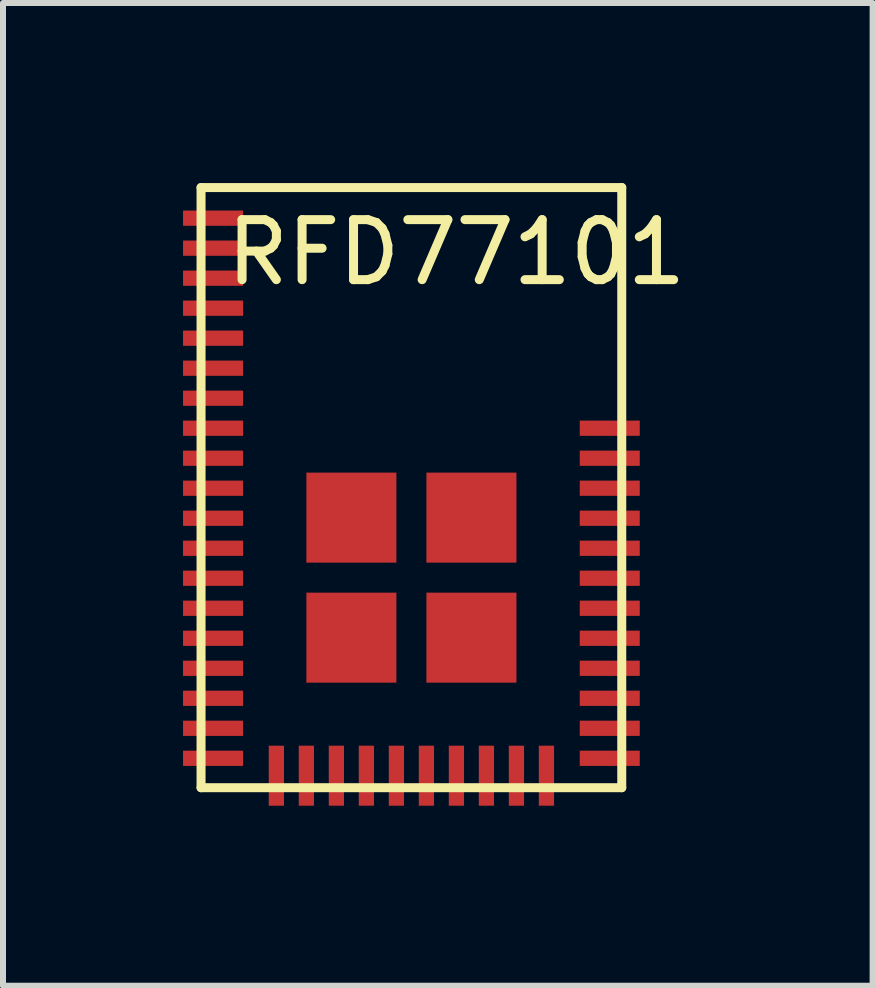
<source format=kicad_pcb>
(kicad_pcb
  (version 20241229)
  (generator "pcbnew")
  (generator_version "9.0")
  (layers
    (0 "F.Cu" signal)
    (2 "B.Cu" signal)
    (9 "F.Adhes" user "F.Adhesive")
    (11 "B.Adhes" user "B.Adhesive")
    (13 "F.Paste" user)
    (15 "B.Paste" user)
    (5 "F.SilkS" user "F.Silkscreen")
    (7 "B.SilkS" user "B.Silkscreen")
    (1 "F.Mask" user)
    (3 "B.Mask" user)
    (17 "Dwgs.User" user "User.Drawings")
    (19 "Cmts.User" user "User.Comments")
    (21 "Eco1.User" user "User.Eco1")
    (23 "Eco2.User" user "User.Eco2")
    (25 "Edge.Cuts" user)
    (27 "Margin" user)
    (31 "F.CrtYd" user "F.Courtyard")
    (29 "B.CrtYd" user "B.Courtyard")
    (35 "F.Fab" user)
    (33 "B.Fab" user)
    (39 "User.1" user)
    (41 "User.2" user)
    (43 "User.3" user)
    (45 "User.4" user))
  (footprint "RFD77101"
    (layer "F.Cu")
    (at 3.805 5.155)
    (property "Reference" "RFD77101" (at 0.75 -4 0) (layer "F.SilkS") (effects (font (size 1 1) (thickness 0.15))))
    (attr through_hole)
    (fp_line (start -3.505 -5.08) (end -3.505 4.92) (stroke (width 0.15) (type solid)) (layer "F.SilkS"))
    (fp_line (start -3.505 4.92) (end 3.505 4.92) (stroke (width 0.15) (type solid)) (layer "F.SilkS"))
    (fp_line (start 3.505 -5.08) (end -3.505 -5.08) (stroke (width 0.15) (type solid)) (layer "F.SilkS"))
    (fp_line (start 3.505 4.92) (end 3.505 -5.08) (stroke (width 0.15) (type solid)) (layer "F.SilkS"))
    (pad "1" smd rect (at -3.305 -4.57) (size 1 0.254) (layers "F.Cu" "F.Mask" "F.Paste"))
    (pad "2" smd rect (at -3.305 -4.07) (size 1 0.254) (layers "F.Cu" "F.Mask" "F.Paste"))
    (pad "3" smd rect (at -3.305 -3.57) (size 1 0.254) (layers "F.Cu" "F.Mask" "F.Paste"))
    (pad "4" smd rect (at -3.305 -3.07) (size 1 0.254) (layers "F.Cu" "F.Mask" "F.Paste"))
    (pad "5" smd rect (at -3.305 -2.57) (size 1 0.254) (layers "F.Cu" "F.Mask" "F.Paste"))
    (pad "6" smd rect (at -3.305 -2.07) (size 1 0.254) (layers "F.Cu" "F.Mask" "F.Paste"))
    (pad "7" smd rect (at -3.305 -1.57) (size 1 0.254) (layers "F.Cu" "F.Mask" "F.Paste"))
    (pad "8" smd rect (at -3.305 -1.07) (size 1 0.254) (layers "F.Cu" "F.Mask" "F.Paste"))
    (pad "9" smd rect (at -3.305 -0.57) (size 1 0.254) (layers "F.Cu" "F.Mask" "F.Paste"))
    (pad "10" smd rect (at -3.305 -0.07) (size 1 0.254) (layers "F.Cu" "F.Mask" "F.Paste"))
    (pad "11" smd rect (at -3.305 0.43) (size 1 0.254) (layers "F.Cu" "F.Mask" "F.Paste"))
    (pad "12" smd rect (at -3.305 0.93) (size 1 0.254) (layers "F.Cu" "F.Mask" "F.Paste"))
    (pad "13" smd rect (at -3.305 1.43) (size 1 0.254) (layers "F.Cu" "F.Mask" "F.Paste"))
    (pad "14" smd rect (at -3.305 1.93) (size 1 0.254) (layers "F.Cu" "F.Mask" "F.Paste"))
    (pad "15" smd rect (at -3.305 2.43) (size 1 0.254) (layers "F.Cu" "F.Mask" "F.Paste"))
    (pad "16" smd rect (at -3.305 2.93) (size 1 0.254) (layers "F.Cu" "F.Mask" "F.Paste"))
    (pad "17" smd rect (at -3.305 3.43) (size 1 0.254) (layers "F.Cu" "F.Mask" "F.Paste"))
    (pad "18" smd rect (at -3.305 3.93) (size 1 0.254) (layers "F.Cu" "F.Mask" "F.Paste"))
    (pad "19" smd rect (at -3.305 4.43) (size 1 0.254) (layers "F.Cu" "F.Mask" "F.Paste"))
    (pad "20" smd rect (at -2.25 4.72) (size 0.254 1) (layers "F.Cu" "F.Mask" "F.Paste"))
    (pad "21" smd rect (at -1.75 4.72) (size 0.254 1) (layers "F.Cu" "F.Mask" "F.Paste"))
    (pad "22" smd rect (at -1.25 4.72) (size 0.254 1) (layers "F.Cu" "F.Mask" "F.Paste"))
    (pad "23" smd rect (at -0.75 4.72) (size 0.254 1) (layers "F.Cu" "F.Mask" "F.Paste"))
    (pad "24" smd rect (at -0.25 4.72) (size 0.254 1) (layers "F.Cu" "F.Mask" "F.Paste"))
    (pad "25" smd rect (at 0.25 4.72) (size 0.254 1) (layers "F.Cu" "F.Mask" "F.Paste"))
    (pad "26" smd rect (at 0.75 4.72) (size 0.254 1) (layers "F.Cu" "F.Mask" "F.Paste"))
    (pad "27" smd rect (at 1.25 4.72) (size 0.254 1) (layers "F.Cu" "F.Mask" "F.Paste"))
    (pad "28" smd rect (at 1.75 4.72) (size 0.254 1) (layers "F.Cu" "F.Mask" "F.Paste"))
    (pad "29" smd rect (at 2.25 4.72) (size 0.254 1) (layers "F.Cu" "F.Mask" "F.Paste"))
    (pad "30" smd rect (at 3.305 4.43) (size 1 0.254) (layers "F.Cu" "F.Mask" "F.Paste"))
    (pad "31" smd rect (at 3.305 3.93) (size 1 0.254) (layers "F.Cu" "F.Mask" "F.Paste"))
    (pad "32" smd rect (at 3.305 3.43) (size 1 0.254) (layers "F.Cu" "F.Mask" "F.Paste"))
    (pad "33" smd rect (at 3.305 2.93) (size 1 0.254) (layers "F.Cu" "F.Mask" "F.Paste"))
    (pad "34" smd rect (at 3.305 2.43) (size 1 0.254) (layers "F.Cu" "F.Mask" "F.Paste"))
    (pad "35" smd rect (at 3.305 1.93) (size 1 0.254) (layers "F.Cu" "F.Mask" "F.Paste"))
    (pad "36" smd rect (at 3.305 1.43) (size 1 0.254) (layers "F.Cu" "F.Mask" "F.Paste"))
    (pad "37" smd rect (at 3.305 0.93) (size 1 0.254) (layers "F.Cu" "F.Mask" "F.Paste"))
    (pad "38" smd rect (at 3.305 0.43) (size 1 0.254) (layers "F.Cu" "F.Mask" "F.Paste"))
    (pad "39" smd rect (at 3.305 -0.07) (size 1 0.254) (layers "F.Cu" "F.Mask" "F.Paste"))
    (pad "40" smd rect (at 3.305 -0.57) (size 1 0.254) (layers "F.Cu" "F.Mask" "F.Paste"))
    (pad "41" smd rect (at 3.305 -1.07) (size 1 0.254) (layers "F.Cu" "F.Mask" "F.Paste"))
    (pad "42" smd rect (at -1 0.42) (size 1.5 1.5) (layers "F.Cu" "F.Mask" "F.Paste"))
    (pad "43" smd rect (at -1 2.42) (size 1.5 1.5) (layers "F.Cu" "F.Mask" "F.Paste"))
    (pad "44" smd rect (at 1 2.42) (size 1.5 1.5) (layers "F.Cu" "F.Mask" "F.Paste"))
    (pad "45" smd rect (at 1 0.42) (size 1.5 1.5) (layers "F.Cu" "F.Mask" "F.Paste")))
  (gr_rect
    (start -3 -3)
    (end 11.49 13.375)
    (stroke (width 0.1) (type default))
    (fill no)
    (layer "Edge.Cuts")))
</source>
